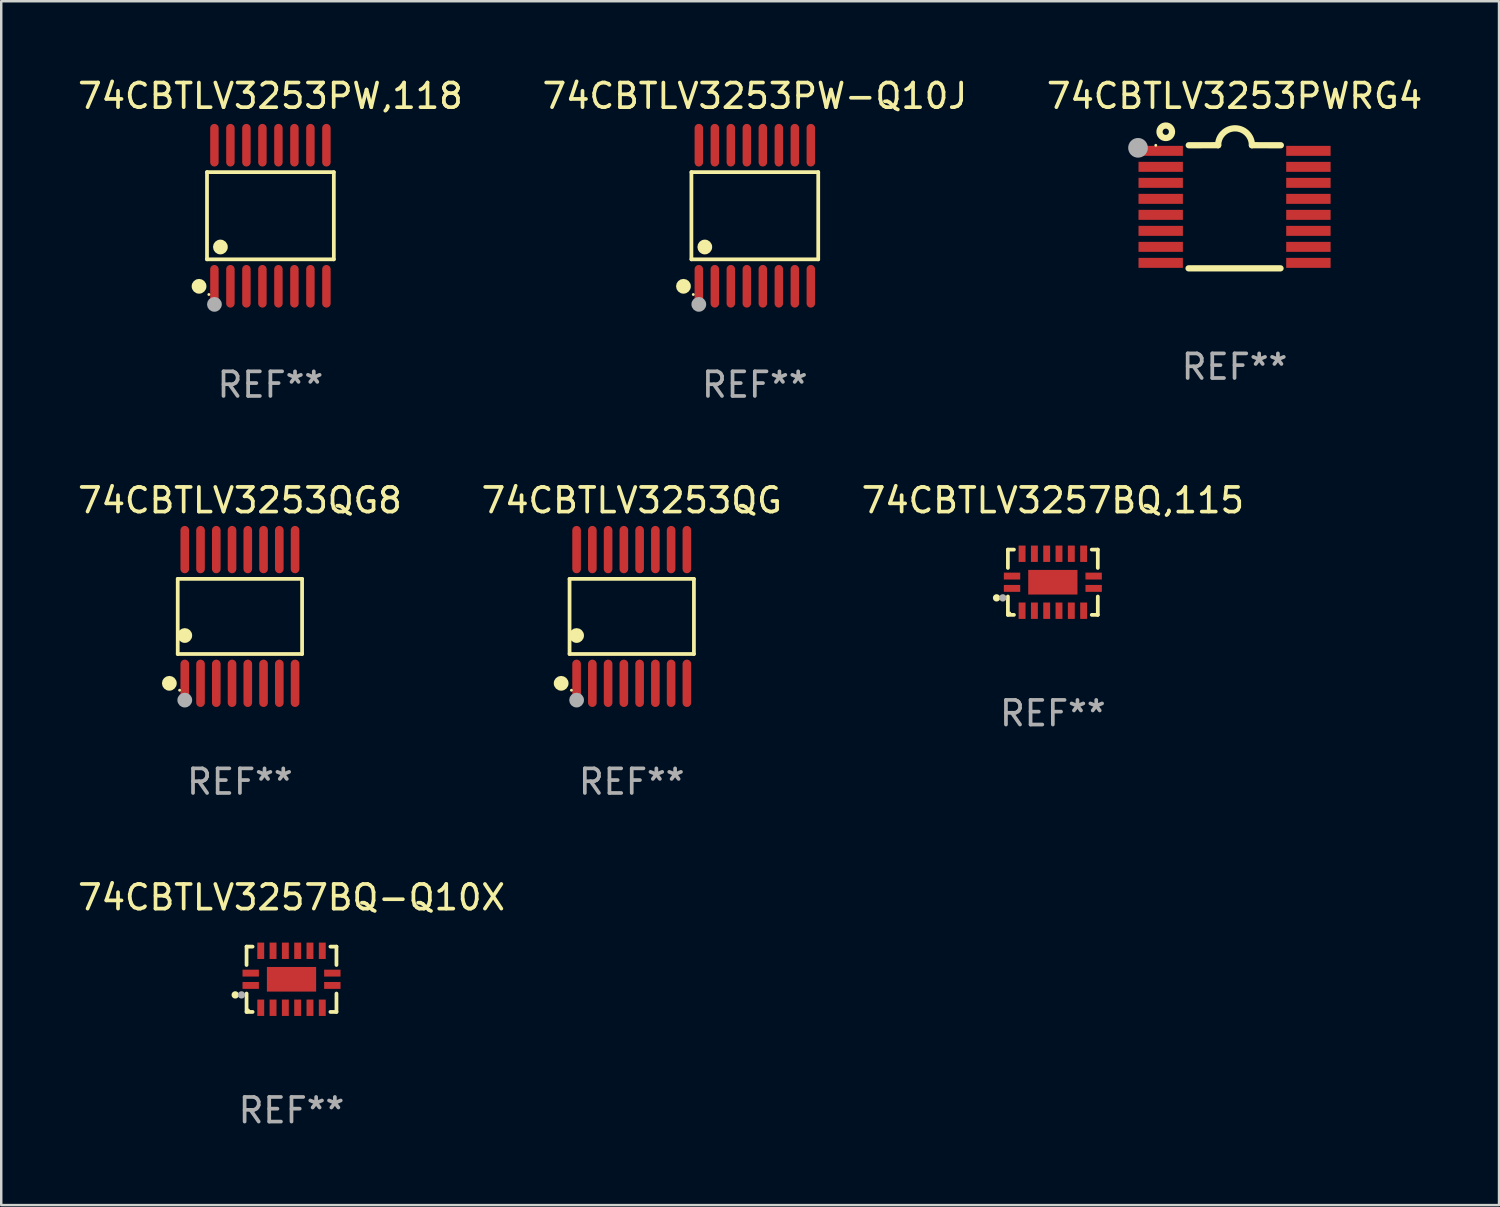
<source format=kicad_pcb>
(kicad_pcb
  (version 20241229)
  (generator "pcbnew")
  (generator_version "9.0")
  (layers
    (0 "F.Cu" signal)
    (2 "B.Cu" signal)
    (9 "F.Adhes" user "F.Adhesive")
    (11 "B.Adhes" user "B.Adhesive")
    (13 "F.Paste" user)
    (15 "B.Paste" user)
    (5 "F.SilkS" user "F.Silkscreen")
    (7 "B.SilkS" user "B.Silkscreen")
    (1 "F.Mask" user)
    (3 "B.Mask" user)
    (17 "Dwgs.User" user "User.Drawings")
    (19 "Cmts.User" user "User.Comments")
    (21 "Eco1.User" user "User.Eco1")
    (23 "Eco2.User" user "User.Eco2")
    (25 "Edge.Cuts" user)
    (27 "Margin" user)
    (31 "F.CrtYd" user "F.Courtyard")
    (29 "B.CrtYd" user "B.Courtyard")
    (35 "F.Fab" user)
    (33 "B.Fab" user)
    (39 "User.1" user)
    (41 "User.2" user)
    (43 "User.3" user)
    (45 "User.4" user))
  (footprint "74CBTLV3253PW,118"
    (layer "F.Cu")
    (at 7.935 5.714)
    (property "Reference" "74CBTLV3253PW,118" (at 0 -4.866 0) (layer "F.SilkS") (effects (font (size 1 1) (thickness 0.15))))
    (attr through_hole)
    (fp_line (start -2.576 -1.772) (end 2.576 -1.772) (stroke (width 0.152) (type solid)) (layer "F.SilkS"))
    (fp_line (start -2.576 1.771) (end -2.576 -1.772) (stroke (width 0.152) (type solid)) (layer "F.SilkS"))
    (fp_line (start 2.576 -1.772) (end 2.576 1.771) (stroke (width 0.152) (type solid)) (layer "F.SilkS"))
    (fp_line (start 2.576 1.771) (end -2.576 1.771) (stroke (width 0.152) (type solid)) (layer "F.SilkS"))
    (fp_circle (center -2.899 2.866) (end -2.749 2.866) (stroke (width 0.3) (type solid)) (fill no) (layer "F.SilkS"))
    (fp_circle (center -2.5 3.2) (end -2.47 3.2) (stroke (width 0.06) (type solid)) (fill no) (layer "F.SilkS"))
    (fp_circle (center -2.032 1.27) (end -1.882 1.27) (stroke (width 0.3) (type solid)) (fill no) (layer "F.SilkS"))
    (fp_circle (center -2.275 3.6) (end -2.125 3.6) (stroke (width 0.3) (type solid)) (fill no) (layer "F.Fab"))
    (fp_text user "REF**" (at 0 6.866 0) (layer "F.Fab") (effects (font (size 1 1) (thickness 0.15))))
    (pad "1" smd oval (at -2.275 2.866) (size 0.343 1.731) (layers "F.Cu" "F.Mask" "F.Paste"))
    (pad "2" smd oval (at -1.625 2.866) (size 0.343 1.731) (layers "F.Cu" "F.Mask" "F.Paste"))
    (pad "3" smd oval (at -0.975 2.866) (size 0.343 1.731) (layers "F.Cu" "F.Mask" "F.Paste"))
    (pad "4" smd oval (at -0.325 2.866) (size 0.343 1.731) (layers "F.Cu" "F.Mask" "F.Paste"))
    (pad "5" smd oval (at 0.325 2.866) (size 0.343 1.731) (layers "F.Cu" "F.Mask" "F.Paste"))
    (pad "6" smd oval (at 0.975 2.866) (size 0.343 1.731) (layers "F.Cu" "F.Mask" "F.Paste"))
    (pad "7" smd oval (at 1.625 2.866) (size 0.343 1.731) (layers "F.Cu" "F.Mask" "F.Paste"))
    (pad "8" smd oval (at 2.275 2.866) (size 0.343 1.731) (layers "F.Cu" "F.Mask" "F.Paste"))
    (pad "9" smd oval (at 2.275 -2.866) (size 0.343 1.731) (layers "F.Cu" "F.Mask" "F.Paste"))
    (pad "10" smd oval (at 1.625 -2.866) (size 0.343 1.731) (layers "F.Cu" "F.Mask" "F.Paste"))
    (pad "11" smd oval (at 0.975 -2.866) (size 0.343 1.731) (layers "F.Cu" "F.Mask" "F.Paste"))
    (pad "12" smd oval (at 0.325 -2.866) (size 0.343 1.731) (layers "F.Cu" "F.Mask" "F.Paste"))
    (pad "13" smd oval (at -0.325 -2.866) (size 0.343 1.731) (layers "F.Cu" "F.Mask" "F.Paste"))
    (pad "14" smd oval (at -0.975 -2.866) (size 0.343 1.731) (layers "F.Cu" "F.Mask" "F.Paste"))
    (pad "15" smd oval (at -1.625 -2.866) (size 0.343 1.731) (layers "F.Cu" "F.Mask" "F.Paste"))
    (pad "16" smd oval (at -2.275 -2.866) (size 0.343 1.731) (layers "F.Cu" "F.Mask" "F.Paste")))
  (footprint "74CBTLV3257BQ,115"
    (layer "F.Cu")
    (at 39.72 20.602)
    (property "Reference" "74CBTLV3257BQ,115" (at 0 -3.326 0) (layer "F.SilkS") (effects (font (size 1 1) (thickness 0.15))))
    (attr through_hole)
    (fp_line (start -1.826 -1.326) (end -1.58 -1.326) (stroke (width 0.152) (type solid)) (layer "F.SilkS"))
    (fp_line (start -1.826 -0.58) (end -1.826 -1.326) (stroke (width 0.152) (type solid)) (layer "F.SilkS"))
    (fp_line (start -1.826 0.58) (end -1.826 1.326) (stroke (width 0.152) (type solid)) (layer "F.SilkS"))
    (fp_line (start -1.826 1.326) (end -1.58 1.326) (stroke (width 0.152) (type solid)) (layer "F.SilkS"))
    (fp_line (start 1.826 -1.326) (end 1.58 -1.326) (stroke (width 0.152) (type solid)) (layer "F.SilkS"))
    (fp_line (start 1.826 -0.58) (end 1.826 -1.326) (stroke (width 0.152) (type solid)) (layer "F.SilkS"))
    (fp_line (start 1.826 0.58) (end 1.826 1.326) (stroke (width 0.152) (type solid)) (layer "F.SilkS"))
    (fp_line (start 1.826 1.326) (end 1.58 1.326) (stroke (width 0.152) (type solid)) (layer "F.SilkS"))
    (fp_circle (center -2.286 0.635) (end -2.211 0.635) (stroke (width 0.15) (type solid)) (fill no) (layer "F.SilkS"))
    (fp_circle (center -1.75 1.25) (end -1.72 1.25) (stroke (width 0.06) (type solid)) (fill no) (layer "F.SilkS"))
    (fp_circle (center -2.032 0.635) (end -1.957 0.635) (stroke (width 0.15) (type solid)) (fill no) (layer "F.Fab"))
    (fp_text user "REF**" (at 0 5.326 0) (layer "F.Fab") (effects (font (size 1 1) (thickness 0.15))))
    (pad "1" smd rect (at -1.658 0.25) (size 0.665 0.28) (layers "F.Cu" "F.Mask" "F.Paste"))
    (pad "2" smd rect (at -1.25 1.157) (size 0.28 0.665) (layers "F.Cu" "F.Mask" "F.Paste"))
    (pad "3" smd rect (at -0.75 1.157) (size 0.28 0.665) (layers "F.Cu" "F.Mask" "F.Paste"))
    (pad "4" smd rect (at -0.25 1.157) (size 0.28 0.665) (layers "F.Cu" "F.Mask" "F.Paste"))
    (pad "5" smd rect (at 0.25 1.157) (size 0.28 0.665) (layers "F.Cu" "F.Mask" "F.Paste"))
    (pad "6" smd rect (at 0.75 1.157) (size 0.28 0.665) (layers "F.Cu" "F.Mask" "F.Paste"))
    (pad "7" smd rect (at 1.25 1.157) (size 0.28 0.665) (layers "F.Cu" "F.Mask" "F.Paste"))
    (pad "8" smd rect (at 1.658 0.25) (size 0.665 0.28) (layers "F.Cu" "F.Mask" "F.Paste"))
    (pad "9" smd rect (at 1.658 -0.25) (size 0.665 0.28) (layers "F.Cu" "F.Mask" "F.Paste"))
    (pad "10" smd rect (at 1.25 -1.157) (size 0.28 0.665) (layers "F.Cu" "F.Mask" "F.Paste"))
    (pad "11" smd rect (at 0.75 -1.157) (size 0.28 0.665) (layers "F.Cu" "F.Mask" "F.Paste"))
    (pad "12" smd rect (at 0.25 -1.157) (size 0.28 0.665) (layers "F.Cu" "F.Mask" "F.Paste"))
    (pad "13" smd rect (at -0.25 -1.157) (size 0.28 0.665) (layers "F.Cu" "F.Mask" "F.Paste"))
    (pad "14" smd rect (at -0.75 -1.157) (size 0.28 0.665) (layers "F.Cu" "F.Mask" "F.Paste"))
    (pad "15" smd rect (at -1.25 -1.157) (size 0.28 0.665) (layers "F.Cu" "F.Mask" "F.Paste"))
    (pad "16" smd rect (at -1.658 -0.25) (size 0.665 0.28) (layers "F.Cu" "F.Mask" "F.Paste"))
    (pad "17" smd rect (at 0 0) (size 2 1) (layers "F.Cu" "F.Mask" "F.Paste")))
  (footprint "74CBTLV3257BQ-Q10X"
    (layer "F.Cu")
    (at 8.792 36.731)
    (property "Reference" "74CBTLV3257BQ-Q10X" (at 0 -3.326 0) (layer "F.SilkS") (effects (font (size 1 1) (thickness 0.15))))
    (attr through_hole)
    (fp_line (start -1.826 -1.326) (end -1.58 -1.326) (stroke (width 0.152) (type solid)) (layer "F.SilkS"))
    (fp_line (start -1.826 -0.58) (end -1.826 -1.326) (stroke (width 0.152) (type solid)) (layer "F.SilkS"))
    (fp_line (start -1.826 0.58) (end -1.826 1.326) (stroke (width 0.152) (type solid)) (layer "F.SilkS"))
    (fp_line (start -1.826 1.326) (end -1.58 1.326) (stroke (width 0.152) (type solid)) (layer "F.SilkS"))
    (fp_line (start 1.826 -1.326) (end 1.58 -1.326) (stroke (width 0.152) (type solid)) (layer "F.SilkS"))
    (fp_line (start 1.826 -0.58) (end 1.826 -1.326) (stroke (width 0.152) (type solid)) (layer "F.SilkS"))
    (fp_line (start 1.826 0.58) (end 1.826 1.326) (stroke (width 0.152) (type solid)) (layer "F.SilkS"))
    (fp_line (start 1.826 1.326) (end 1.58 1.326) (stroke (width 0.152) (type solid)) (layer "F.SilkS"))
    (fp_circle (center -2.286 0.635) (end -2.211 0.635) (stroke (width 0.15) (type solid)) (fill no) (layer "F.SilkS"))
    (fp_circle (center -1.75 1.25) (end -1.72 1.25) (stroke (width 0.06) (type solid)) (fill no) (layer "F.SilkS"))
    (fp_circle (center -2.032 0.635) (end -1.957 0.635) (stroke (width 0.15) (type solid)) (fill no) (layer "F.Fab"))
    (fp_text user "REF**" (at 0 5.326 0) (layer "F.Fab") (effects (font (size 1 1) (thickness 0.15))))
    (pad "1" smd rect (at -1.658 0.25) (size 0.665 0.28) (layers "F.Cu" "F.Mask" "F.Paste"))
    (pad "2" smd rect (at -1.25 1.157) (size 0.28 0.665) (layers "F.Cu" "F.Mask" "F.Paste"))
    (pad "3" smd rect (at -0.75 1.157) (size 0.28 0.665) (layers "F.Cu" "F.Mask" "F.Paste"))
    (pad "4" smd rect (at -0.25 1.157) (size 0.28 0.665) (layers "F.Cu" "F.Mask" "F.Paste"))
    (pad "5" smd rect (at 0.25 1.157) (size 0.28 0.665) (layers "F.Cu" "F.Mask" "F.Paste"))
    (pad "6" smd rect (at 0.75 1.157) (size 0.28 0.665) (layers "F.Cu" "F.Mask" "F.Paste"))
    (pad "7" smd rect (at 1.25 1.157) (size 0.28 0.665) (layers "F.Cu" "F.Mask" "F.Paste"))
    (pad "8" smd rect (at 1.658 0.25) (size 0.665 0.28) (layers "F.Cu" "F.Mask" "F.Paste"))
    (pad "9" smd rect (at 1.658 -0.25) (size 0.665 0.28) (layers "F.Cu" "F.Mask" "F.Paste"))
    (pad "10" smd rect (at 1.25 -1.157) (size 0.28 0.665) (layers "F.Cu" "F.Mask" "F.Paste"))
    (pad "11" smd rect (at 0.75 -1.157) (size 0.28 0.665) (layers "F.Cu" "F.Mask" "F.Paste"))
    (pad "12" smd rect (at 0.25 -1.157) (size 0.28 0.665) (layers "F.Cu" "F.Mask" "F.Paste"))
    (pad "13" smd rect (at -0.25 -1.157) (size 0.28 0.665) (layers "F.Cu" "F.Mask" "F.Paste"))
    (pad "14" smd rect (at -0.75 -1.157) (size 0.28 0.665) (layers "F.Cu" "F.Mask" "F.Paste"))
    (pad "15" smd rect (at -1.25 -1.157) (size 0.28 0.665) (layers "F.Cu" "F.Mask" "F.Paste"))
    (pad "16" smd rect (at -1.658 -0.25) (size 0.665 0.28) (layers "F.Cu" "F.Mask" "F.Paste"))
    (pad "17" smd rect (at 0 0) (size 2 1) (layers "F.Cu" "F.Mask" "F.Paste")))
  (footprint "74CBTLV3253QG8"
    (layer "F.Cu")
    (at 6.696 21.992)
    (property "Reference" "74CBTLV3253QG8" (at 0 -4.716 0) (layer "F.SilkS") (effects (font (size 1 1) (thickness 0.15))))
    (attr through_hole)
    (fp_line (start -2.526 -1.526) (end 2.526 -1.526) (stroke (width 0.152) (type solid)) (layer "F.SilkS"))
    (fp_line (start -2.526 1.526) (end -2.526 -1.526) (stroke (width 0.152) (type solid)) (layer "F.SilkS"))
    (fp_line (start 2.526 -1.526) (end 2.526 1.526) (stroke (width 0.152) (type solid)) (layer "F.SilkS"))
    (fp_line (start 2.526 1.526) (end -2.526 1.526) (stroke (width 0.152) (type solid)) (layer "F.SilkS"))
    (fp_circle (center -2.867 2.716) (end -2.717 2.716) (stroke (width 0.3) (type solid)) (fill no) (layer "F.SilkS"))
    (fp_circle (center -2.45 2.997) (end -2.42 2.997) (stroke (width 0.06) (type solid)) (fill no) (layer "F.SilkS"))
    (fp_circle (center -2.24 0.774) (end -2.09 0.774) (stroke (width 0.3) (type solid)) (fill no) (layer "F.SilkS"))
    (fp_circle (center -2.24 3.398) (end -2.09 3.398) (stroke (width 0.3) (type solid)) (fill no) (layer "F.Fab"))
    (fp_text user "REF**" (at 0 6.716 0) (layer "F.Fab") (effects (font (size 1 1) (thickness 0.15))))
    (pad "1" smd oval (at -2.24 2.716) (size 0.35 1.922) (layers "F.Cu" "F.Mask" "F.Paste"))
    (pad "2" smd oval (at -1.6 2.716) (size 0.35 1.922) (layers "F.Cu" "F.Mask" "F.Paste"))
    (pad "3" smd oval (at -0.96 2.716) (size 0.35 1.922) (layers "F.Cu" "F.Mask" "F.Paste"))
    (pad "4" smd oval (at -0.32 2.716) (size 0.35 1.922) (layers "F.Cu" "F.Mask" "F.Paste"))
    (pad "5" smd oval (at 0.32 2.716) (size 0.35 1.922) (layers "F.Cu" "F.Mask" "F.Paste"))
    (pad "6" smd oval (at 0.96 2.716) (size 0.35 1.922) (layers "F.Cu" "F.Mask" "F.Paste"))
    (pad "7" smd oval (at 1.6 2.716) (size 0.35 1.922) (layers "F.Cu" "F.Mask" "F.Paste"))
    (pad "8" smd oval (at 2.24 2.716) (size 0.35 1.922) (layers "F.Cu" "F.Mask" "F.Paste"))
    (pad "9" smd oval (at 2.24 -2.716) (size 0.35 1.922) (layers "F.Cu" "F.Mask" "F.Paste"))
    (pad "10" smd oval (at 1.6 -2.716) (size 0.35 1.922) (layers "F.Cu" "F.Mask" "F.Paste"))
    (pad "11" smd oval (at 0.96 -2.716) (size 0.35 1.922) (layers "F.Cu" "F.Mask" "F.Paste"))
    (pad "12" smd oval (at 0.32 -2.716) (size 0.35 1.922) (layers "F.Cu" "F.Mask" "F.Paste"))
    (pad "13" smd oval (at -0.32 -2.716) (size 0.35 1.922) (layers "F.Cu" "F.Mask" "F.Paste"))
    (pad "14" smd oval (at -0.96 -2.716) (size 0.35 1.922) (layers "F.Cu" "F.Mask" "F.Paste"))
    (pad "15" smd oval (at -1.6 -2.716) (size 0.35 1.922) (layers "F.Cu" "F.Mask" "F.Paste"))
    (pad "16" smd oval (at -2.24 -2.716) (size 0.35 1.922) (layers "F.Cu" "F.Mask" "F.Paste")))
  (footprint "74CBTLV3253QG"
    (layer "F.Cu")
    (at 22.613 21.992)
    (property "Reference" "74CBTLV3253QG" (at 0 -4.716 0) (layer "F.SilkS") (effects (font (size 1 1) (thickness 0.15))))
    (attr through_hole)
    (fp_line (start -2.526 -1.526) (end 2.526 -1.526) (stroke (width 0.152) (type solid)) (layer "F.SilkS"))
    (fp_line (start -2.526 1.526) (end -2.526 -1.526) (stroke (width 0.152) (type solid)) (layer "F.SilkS"))
    (fp_line (start 2.526 -1.526) (end 2.526 1.526) (stroke (width 0.152) (type solid)) (layer "F.SilkS"))
    (fp_line (start 2.526 1.526) (end -2.526 1.526) (stroke (width 0.152) (type solid)) (layer "F.SilkS"))
    (fp_circle (center -2.867 2.716) (end -2.717 2.716) (stroke (width 0.3) (type solid)) (fill no) (layer "F.SilkS"))
    (fp_circle (center -2.45 2.997) (end -2.42 2.997) (stroke (width 0.06) (type solid)) (fill no) (layer "F.SilkS"))
    (fp_circle (center -2.24 0.774) (end -2.09 0.774) (stroke (width 0.3) (type solid)) (fill no) (layer "F.SilkS"))
    (fp_circle (center -2.24 3.398) (end -2.09 3.398) (stroke (width 0.3) (type solid)) (fill no) (layer "F.Fab"))
    (fp_text user "REF**" (at 0 6.716 0) (layer "F.Fab") (effects (font (size 1 1) (thickness 0.15))))
    (pad "1" smd oval (at -2.24 2.716) (size 0.35 1.922) (layers "F.Cu" "F.Mask" "F.Paste"))
    (pad "2" smd oval (at -1.6 2.716) (size 0.35 1.922) (layers "F.Cu" "F.Mask" "F.Paste"))
    (pad "3" smd oval (at -0.96 2.716) (size 0.35 1.922) (layers "F.Cu" "F.Mask" "F.Paste"))
    (pad "4" smd oval (at -0.32 2.716) (size 0.35 1.922) (layers "F.Cu" "F.Mask" "F.Paste"))
    (pad "5" smd oval (at 0.32 2.716) (size 0.35 1.922) (layers "F.Cu" "F.Mask" "F.Paste"))
    (pad "6" smd oval (at 0.96 2.716) (size 0.35 1.922) (layers "F.Cu" "F.Mask" "F.Paste"))
    (pad "7" smd oval (at 1.6 2.716) (size 0.35 1.922) (layers "F.Cu" "F.Mask" "F.Paste"))
    (pad "8" smd oval (at 2.24 2.716) (size 0.35 1.922) (layers "F.Cu" "F.Mask" "F.Paste"))
    (pad "9" smd oval (at 2.24 -2.716) (size 0.35 1.922) (layers "F.Cu" "F.Mask" "F.Paste"))
    (pad "10" smd oval (at 1.6 -2.716) (size 0.35 1.922) (layers "F.Cu" "F.Mask" "F.Paste"))
    (pad "11" smd oval (at 0.96 -2.716) (size 0.35 1.922) (layers "F.Cu" "F.Mask" "F.Paste"))
    (pad "12" smd oval (at 0.32 -2.716) (size 0.35 1.922) (layers "F.Cu" "F.Mask" "F.Paste"))
    (pad "13" smd oval (at -0.32 -2.716) (size 0.35 1.922) (layers "F.Cu" "F.Mask" "F.Paste"))
    (pad "14" smd oval (at -0.96 -2.716) (size 0.35 1.922) (layers "F.Cu" "F.Mask" "F.Paste"))
    (pad "15" smd oval (at -1.6 -2.716) (size 0.35 1.922) (layers "F.Cu" "F.Mask" "F.Paste"))
    (pad "16" smd oval (at -2.24 -2.716) (size 0.35 1.922) (layers "F.Cu" "F.Mask" "F.Paste")))
  (footprint "74CBTLV3253PW-Q10J"
    (layer "F.Cu")
    (at 27.613 5.714)
    (property "Reference" "74CBTLV3253PW-Q10J" (at 0 -4.866 0) (layer "F.SilkS") (effects (font (size 1 1) (thickness 0.15))))
    (attr through_hole)
    (fp_line (start -2.576 -1.772) (end 2.576 -1.772) (stroke (width 0.152) (type solid)) (layer "F.SilkS"))
    (fp_line (start -2.576 1.771) (end -2.576 -1.772) (stroke (width 0.152) (type solid)) (layer "F.SilkS"))
    (fp_line (start 2.576 -1.772) (end 2.576 1.771) (stroke (width 0.152) (type solid)) (layer "F.SilkS"))
    (fp_line (start 2.576 1.771) (end -2.576 1.771) (stroke (width 0.152) (type solid)) (layer "F.SilkS"))
    (fp_circle (center -2.899 2.866) (end -2.749 2.866) (stroke (width 0.3) (type solid)) (fill no) (layer "F.SilkS"))
    (fp_circle (center -2.5 3.2) (end -2.47 3.2) (stroke (width 0.06) (type solid)) (fill no) (layer "F.SilkS"))
    (fp_circle (center -2.032 1.27) (end -1.882 1.27) (stroke (width 0.3) (type solid)) (fill no) (layer "F.SilkS"))
    (fp_circle (center -2.275 3.6) (end -2.125 3.6) (stroke (width 0.3) (type solid)) (fill no) (layer "F.Fab"))
    (fp_text user "REF**" (at 0 6.866 0) (layer "F.Fab") (effects (font (size 1 1) (thickness 0.15))))
    (pad "1" smd oval (at -2.275 2.866) (size 0.343 1.731) (layers "F.Cu" "F.Mask" "F.Paste"))
    (pad "2" smd oval (at -1.625 2.866) (size 0.343 1.731) (layers "F.Cu" "F.Mask" "F.Paste"))
    (pad "3" smd oval (at -0.975 2.866) (size 0.343 1.731) (layers "F.Cu" "F.Mask" "F.Paste"))
    (pad "4" smd oval (at -0.325 2.866) (size 0.343 1.731) (layers "F.Cu" "F.Mask" "F.Paste"))
    (pad "5" smd oval (at 0.325 2.866) (size 0.343 1.731) (layers "F.Cu" "F.Mask" "F.Paste"))
    (pad "6" smd oval (at 0.975 2.866) (size 0.343 1.731) (layers "F.Cu" "F.Mask" "F.Paste"))
    (pad "7" smd oval (at 1.625 2.866) (size 0.343 1.731) (layers "F.Cu" "F.Mask" "F.Paste"))
    (pad "8" smd oval (at 2.275 2.866) (size 0.343 1.731) (layers "F.Cu" "F.Mask" "F.Paste"))
    (pad "9" smd oval (at 2.275 -2.866) (size 0.343 1.731) (layers "F.Cu" "F.Mask" "F.Paste"))
    (pad "10" smd oval (at 1.625 -2.866) (size 0.343 1.731) (layers "F.Cu" "F.Mask" "F.Paste"))
    (pad "11" smd oval (at 0.975 -2.866) (size 0.343 1.731) (layers "F.Cu" "F.Mask" "F.Paste"))
    (pad "12" smd oval (at 0.325 -2.866) (size 0.343 1.731) (layers "F.Cu" "F.Mask" "F.Paste"))
    (pad "13" smd oval (at -0.325 -2.866) (size 0.343 1.731) (layers "F.Cu" "F.Mask" "F.Paste"))
    (pad "14" smd oval (at -0.975 -2.866) (size 0.343 1.731) (layers "F.Cu" "F.Mask" "F.Paste"))
    (pad "15" smd oval (at -1.625 -2.866) (size 0.343 1.731) (layers "F.Cu" "F.Mask" "F.Paste"))
    (pad "16" smd oval (at -2.275 -2.866) (size 0.343 1.731) (layers "F.Cu" "F.Mask" "F.Paste")))
  (footprint "74CBTLV3253PWRG4"
    (layer "F.Cu")
    (at 47.101 5.35)
    (property "Reference" "74CBTLV3253PWRG4" (at 0 -4.501 0) (layer "F.SilkS") (effects (font (size 1 1) (thickness 0.15))))
    (attr through_hole)
    (fp_line (start -1.868 2.501) (end 1.868 2.501) (stroke (width 0.254) (type solid)) (layer "F.SilkS"))
    (fp_line (start -1.86 -2.499) (end -0.666 -2.501) (stroke (width 0.254) (type solid)) (layer "F.SilkS"))
    (fp_line (start 0.706 -2.501) (end 1.88 -2.499) (stroke (width 0.254) (type solid)) (layer "F.SilkS"))
    (fp_arc (start -0.665914 -2.501448) (mid 0.019888 -3.18725) (end 0.70569 -2.501448) (stroke (width 0.254001) (type solid)) (layer "F.SilkS"))
    (fp_circle (center -3.2 -2.497) (end -3.17 -2.497) (stroke (width 0.06) (type solid)) (fill no) (layer "F.SilkS"))
    (fp_circle (center -2.794 -3.047) (end -2.54 -3.047) (stroke (width 0.254) (type solid)) (fill no) (layer "F.SilkS"))
    (fp_circle (center -3.921 -2.395) (end -3.721 -2.395) (stroke (width 0.4) (type solid)) (fill no) (layer "F.Fab"))
    (fp_text user "REF**" (at 0 6.501 0) (layer "F.Fab") (effects (font (size 1 1) (thickness 0.15))))
    (pad "1" smd rect (at -3 -2.272) (size 1.803 0.406) (layers "F.Cu" "F.Mask" "F.Paste"))
    (pad "2" smd rect (at -3 -1.622) (size 1.803 0.406) (layers "F.Cu" "F.Mask" "F.Paste"))
    (pad "3" smd rect (at -3 -0.972) (size 1.803 0.406) (layers "F.Cu" "F.Mask" "F.Paste"))
    (pad "4" smd rect (at -3 -0.322) (size 1.803 0.406) (layers "F.Cu" "F.Mask" "F.Paste"))
    (pad "5" smd rect (at -3 0.328) (size 1.803 0.406) (layers "F.Cu" "F.Mask" "F.Paste"))
    (pad "6" smd rect (at -3 0.978) (size 1.803 0.406) (layers "F.Cu" "F.Mask" "F.Paste"))
    (pad "7" smd rect (at -3 1.628) (size 1.803 0.406) (layers "F.Cu" "F.Mask" "F.Paste"))
    (pad "8" smd rect (at -3 2.278) (size 1.803 0.406) (layers "F.Cu" "F.Mask" "F.Paste"))
    (pad "9" smd rect (at 3 2.278) (size 1.803 0.406) (layers "F.Cu" "F.Mask" "F.Paste"))
    (pad "10" smd rect (at 3 1.628) (size 1.803 0.406) (layers "F.Cu" "F.Mask" "F.Paste"))
    (pad "11" smd rect (at 3 0.978) (size 1.803 0.406) (layers "F.Cu" "F.Mask" "F.Paste"))
    (pad "12" smd rect (at 3 0.328) (size 1.803 0.406) (layers "F.Cu" "F.Mask" "F.Paste"))
    (pad "13" smd rect (at 3 -0.322) (size 1.803 0.406) (layers "F.Cu" "F.Mask" "F.Paste"))
    (pad "14" smd rect (at 3 -0.972) (size 1.803 0.406) (layers "F.Cu" "F.Mask" "F.Paste"))
    (pad "15" smd rect (at 3 -1.622) (size 1.803 0.406) (layers "F.Cu" "F.Mask" "F.Paste"))
    (pad "16" smd rect (at 3 -2.272) (size 1.803 0.406) (layers "F.Cu" "F.Mask" "F.Paste")))
  (gr_rect
    (start -3 -3)
    (end 57.845 45.905)
    (stroke (width 0.1) (type default))
    (fill no)
    (layer "Edge.Cuts")))
</source>
